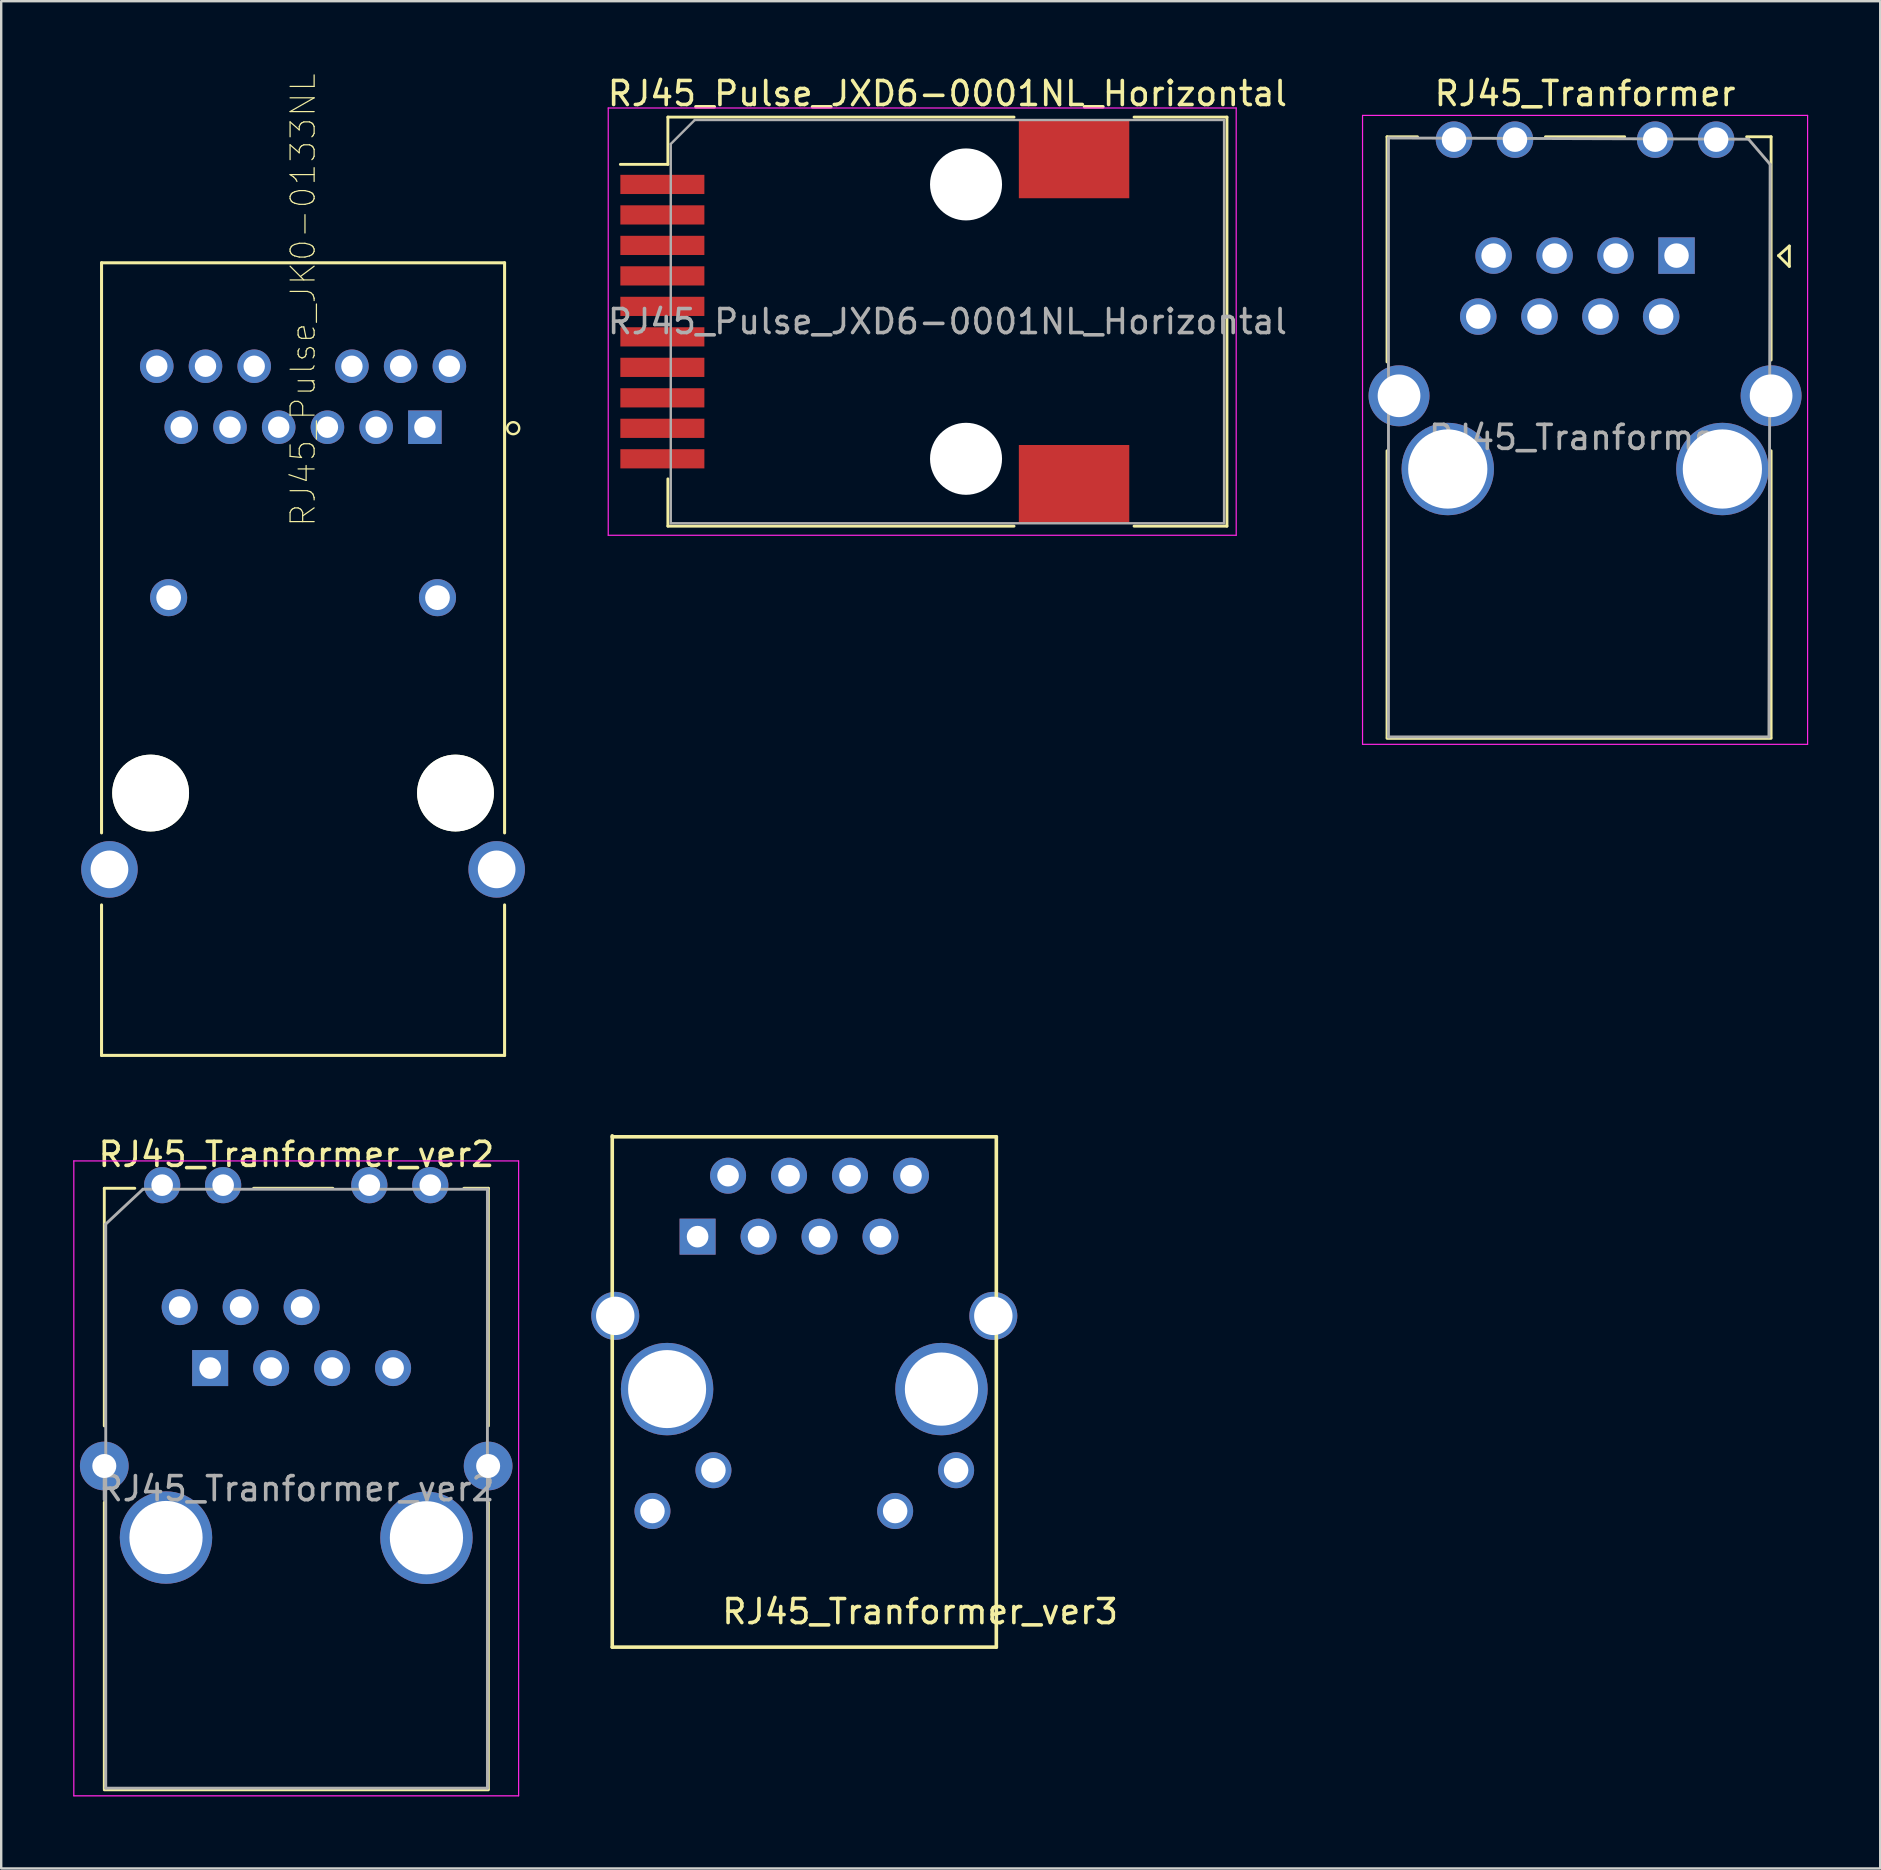
<source format=kicad_pcb>
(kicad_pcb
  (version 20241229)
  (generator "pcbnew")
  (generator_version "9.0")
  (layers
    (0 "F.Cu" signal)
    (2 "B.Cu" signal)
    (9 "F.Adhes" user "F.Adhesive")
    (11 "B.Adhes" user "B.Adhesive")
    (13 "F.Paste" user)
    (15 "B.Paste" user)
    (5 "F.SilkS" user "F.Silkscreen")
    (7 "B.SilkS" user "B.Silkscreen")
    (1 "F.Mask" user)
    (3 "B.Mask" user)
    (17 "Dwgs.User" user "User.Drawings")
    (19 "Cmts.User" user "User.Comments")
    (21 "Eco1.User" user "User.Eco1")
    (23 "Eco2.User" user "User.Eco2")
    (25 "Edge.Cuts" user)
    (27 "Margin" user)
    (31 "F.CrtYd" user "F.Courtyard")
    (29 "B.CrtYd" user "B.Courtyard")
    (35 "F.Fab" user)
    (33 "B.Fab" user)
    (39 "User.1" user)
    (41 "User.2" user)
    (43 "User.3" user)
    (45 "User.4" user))
  (footprint "RJ45_Tranformer"
    (layer "F.Cu")
    (at 66.791 7.598)
    (property "Reference" "RJ45_Tranformer" (at -3.81 -6.75 0) (layer "F.SilkS") (effects (font (size 1 1) (thickness 0.15))))
    (attr through_hole)
    (fp_line (start -12.06 -4.95) (end -12.06 4.43) (stroke (width 0.12) (type solid)) (layer "F.SilkS"))
    (fp_line (start -12.06 -4.95) (end -10.79 -4.95) (stroke (width 0.12) (type solid)) (layer "F.SilkS"))
    (fp_line (start -12.06 20.07) (end -12.06 8.13) (stroke (width 0.12) (type solid)) (layer "F.SilkS"))
    (fp_line (start -12.06 20.11) (end 3.94 20.11) (stroke (width 0.12) (type solid)) (layer "F.SilkS"))
    (fp_line (start -5.46 -4.95) (end -2.16 -4.95) (stroke (width 0.12) (type solid)) (layer "F.SilkS"))
    (fp_line (start 3.94 -4.95) (end 2.92 -4.95) (stroke (width 0.12) (type solid)) (layer "F.SilkS"))
    (fp_line (start 3.94 -4.95) (end 3.94 4.35) (stroke (width 0.12) (type solid)) (layer "F.SilkS"))
    (fp_line (start 3.94 20.07) (end 3.94 8.13) (stroke (width 0.12) (type solid)) (layer "F.SilkS"))
    (fp_line (start 4.25 0) (end 4.7 -0.4) (stroke (width 0.12) (type solid)) (layer "F.SilkS"))
    (fp_line (start 4.7 -0.4) (end 4.7 0.45) (stroke (width 0.12) (type solid)) (layer "F.SilkS"))
    (fp_line (start 4.7 0.45) (end 4.25 0) (stroke (width 0.12) (type solid)) (layer "F.SilkS"))
    (fp_line (start -13.08 -5.84) (end -13.08 20.36) (stroke (width 0.05) (type solid)) (layer "F.CrtYd"))
    (fp_line (start -13.08 -5.84) (end 5.46 -5.84) (stroke (width 0.05) (type solid)) (layer "F.CrtYd"))
    (fp_line (start 5.46 20.36) (end -13.08 20.36) (stroke (width 0.05) (type solid)) (layer "F.CrtYd"))
    (fp_line (start 5.46 20.36) (end 5.46 -5.84) (stroke (width 0.05) (type solid)) (layer "F.CrtYd"))
    (fp_line (start -12 -4.9) (end 3 -4.85) (stroke (width 0.12) (type solid)) (layer "F.Fab"))
    (fp_line (start -12 20.05) (end -12 -4.9) (stroke (width 0.12) (type solid)) (layer "F.Fab"))
    (fp_line (start 3 -4.85) (end 3.9 -3.8) (stroke (width 0.12) (type solid)) (layer "F.Fab"))
    (fp_line (start 3.85 20.05) (end -12 20.05) (stroke (width 0.12) (type solid)) (layer "F.Fab"))
    (fp_line (start 3.9 -3.8) (end 3.85 20.05) (stroke (width 0.12) (type solid)) (layer "F.Fab"))
    (fp_text user "${REFERENCE}" (at -4.05 7.575 0) (layer "F.Fab") (effects (font (size 1 1) (thickness 0.15))))
    (pad "" np_thru_hole circle (at -9.53 8.89) (size 3.85 3.85) (drill 3.3) (layers "*.Cu" "*.Mask"))
    (pad "" np_thru_hole circle (at 1.91 8.89) (size 3.85 3.85) (drill 3.3) (layers "*.Cu" "*.Mask"))
    (pad "1" thru_hole rect (at 0 0) (size 1.52 1.52) (drill 1.02) (layers "*.Cu" "*.Mask"))
    (pad "2" thru_hole circle (at -0.64 2.54) (size 1.52 1.52) (drill 1.02) (layers "*.Cu" "*.Mask"))
    (pad "3" thru_hole circle (at -2.54 0) (size 1.52 1.52) (drill 1.02) (layers "*.Cu" "*.Mask"))
    (pad "4" thru_hole circle (at -3.17 2.54) (size 1.52 1.52) (drill 1.02) (layers "*.Cu" "*.Mask"))
    (pad "5" thru_hole circle (at -5.08 0) (size 1.52 1.52) (drill 1.02) (layers "*.Cu" "*.Mask"))
    (pad "6" thru_hole circle (at -5.71 2.54) (size 1.52 1.52) (drill 1.02) (layers "*.Cu" "*.Mask"))
    (pad "7" thru_hole circle (at -7.62 0) (size 1.52 1.52) (drill 1.02) (layers "*.Cu" "*.Mask"))
    (pad "8" thru_hole circle (at -8.26 2.54) (size 1.52 1.52) (drill 1.02) (layers "*.Cu" "*.Mask"))
    (pad "13" thru_hole circle (at -11.56 5.84) (size 2.54 2.54) (drill 1.78) (layers "*.Cu" "*.Mask"))
    (pad "13" thru_hole circle (at 3.94 5.84) (size 2.54 2.54) (drill 1.78) (layers "*.Cu" "*.Mask"))
    (pad "GA" thru_hole circle (at -0.89 -4.83) (size 1.52 1.52) (drill 1.02) (layers "*.Cu" "*.Mask"))
    (pad "GK" thru_hole circle (at 1.65 -4.83) (size 1.52 1.52) (drill 1.02) (layers "*.Cu" "*.Mask"))
    (pad "YA" thru_hole circle (at -9.27 -4.83) (size 1.52 1.52) (drill 1.02) (layers "*.Cu" "*.Mask"))
    (pad "YK" thru_hole circle (at -6.73 -4.83) (size 1.52 1.52) (drill 1.02) (layers "*.Cu" "*.Mask")))
  (footprint "RJ45_Tranformer_ver3"
    (layer "F.Cu")
    (at 24.74 54.817)
    (property "Reference" "RJ45_Tranformer_ver3" (at 10.541 9.271 0) (layer "F.SilkS") (effects (font (size 1 1) (thickness 0.15))))
    (attr through_hole)
    (fp_line (start -2.285 -10.55) (end -2.285 10.75) (stroke (width 0.15) (type solid)) (layer "F.SilkS"))
    (fp_line (start -2.285 -10.51) (end 13.715 -10.51) (stroke (width 0.15) (type solid)) (layer "F.SilkS"))
    (fp_line (start -2.285 10.75) (end 13.715 10.75) (stroke (width 0.15) (type solid)) (layer "F.SilkS"))
    (fp_line (start 13.715 -10.51) (end 13.715 10.75) (stroke (width 0.15) (type solid)) (layer "F.SilkS"))
    (pad "" np_thru_hole circle (at 0 0) (size 3.85 3.85) (drill 3.25) (layers "*.Cu" "*.Mask"))
    (pad "" np_thru_hole circle (at 11.43 0) (size 3.85 3.85) (drill 3.05) (layers "*.Cu" "*.Mask"))
    (pad "1" thru_hole rect (at 1.27 -6.35) (size 1.5 1.5) (drill 0.9) (layers "*.Cu" "*.Mask"))
    (pad "2" thru_hole circle (at 2.54 -8.89) (size 1.5 1.5) (drill 0.9) (layers "*.Cu" "*.Mask"))
    (pad "3" thru_hole circle (at 3.81 -6.35) (size 1.5 1.5) (drill 0.9) (layers "*.Cu" "*.Mask"))
    (pad "4" thru_hole circle (at 5.08 -8.89) (size 1.5 1.5) (drill 0.9) (layers "*.Cu" "*.Mask"))
    (pad "5" thru_hole circle (at 6.35 -6.35) (size 1.5 1.5) (drill 0.9) (layers "*.Cu" "*.Mask"))
    (pad "6" thru_hole circle (at 7.62 -8.89) (size 1.5 1.5) (drill 0.9) (layers "*.Cu" "*.Mask"))
    (pad "7" thru_hole circle (at 8.89 -6.35) (size 1.5 1.5) (drill 0.9) (layers "*.Cu" "*.Mask"))
    (pad "8" thru_hole circle (at 10.16 -8.89) (size 1.5 1.5) (drill 0.9) (layers "*.Cu" "*.Mask"))
    (pad "13" thru_hole circle (at -2.16 -3.05) (size 2 2) (drill 1.6) (layers "*.Cu" "*.Mask"))
    (pad "13" thru_hole circle (at 13.59 -3.05) (size 2 2) (drill 1.6) (layers "*.Cu" "*.Mask"))
    (pad "GA" thru_hole circle (at 1.93 3.38) (size 1.5 1.5) (drill 1.02) (layers "*.Cu" "*.Mask" "Eco1.User"))
    (pad "GK" thru_hole circle (at -0.61 5.08) (size 1.5 1.5) (drill 1.02) (layers "*.Cu" "*.Mask"))
    (pad "YA" thru_hole circle (at 12.04 3.38) (size 1.5 1.5) (drill 1.02) (layers "*.Cu" "*.Mask"))
    (pad "YK" thru_hole circle (at 9.5 5.08) (size 1.5 1.5) (drill 1.02) (layers "*.Cu" "*.Mask")))
  (footprint "RJ45_Tranformer_ver2"
    (layer "F.Cu")
    (at 5.705 53.941)
    (property "Reference" "RJ45_Tranformer_ver2" (at 3.59 -8.9 0) (layer "F.SilkS") (effects (font (size 1 1) (thickness 0.15))))
    (attr through_hole)
    (fp_line (start -4.41 -7.49) (end -3.14 -7.49) (stroke (width 0.12) (type solid)) (layer "F.SilkS"))
    (fp_line (start -4.41 2.41) (end -4.41 -7.49) (stroke (width 0.12) (type solid)) (layer "F.SilkS"))
    (fp_line (start -4.41 17.53) (end -4.41 5.59) (stroke (width 0.12) (type solid)) (layer "F.SilkS"))
    (fp_line (start -4.41 17.57) (end 11.59 17.57) (stroke (width 0.12) (type solid)) (layer "F.SilkS"))
    (fp_line (start 1.81 -7.49) (end 5.11 -7.49) (stroke (width 0.12) (type solid)) (layer "F.SilkS"))
    (fp_line (start 11.59 -7.49) (end 10.57 -7.49) (stroke (width 0.12) (type solid)) (layer "F.SilkS"))
    (fp_line (start 11.59 2.41) (end 11.59 -7.49) (stroke (width 0.12) (type solid)) (layer "F.SilkS"))
    (fp_line (start 11.59 17.53) (end 11.59 5.59) (stroke (width 0.12) (type solid)) (layer "F.SilkS"))
    (fp_line (start -5.68 -8.63) (end -5.68 17.82) (stroke (width 0.05) (type solid)) (layer "F.CrtYd"))
    (fp_line (start -5.68 -8.63) (end 12.85 -8.63) (stroke (width 0.05) (type solid)) (layer "F.CrtYd"))
    (fp_line (start 12.85 17.82) (end -5.68 17.82) (stroke (width 0.05) (type solid)) (layer "F.CrtYd"))
    (fp_line (start 12.85 17.82) (end 12.85 -8.63) (stroke (width 0.05) (type solid)) (layer "F.CrtYd"))
    (fp_line (start -4.35 -6) (end -2.8 -7.45) (stroke (width 0.12) (type solid)) (layer "F.Fab"))
    (fp_line (start -4.35 17.5) (end -4.35 -6) (stroke (width 0.12) (type solid)) (layer "F.Fab"))
    (fp_line (start -2.8 -7.45) (end 11.55 -7.45) (stroke (width 0.12) (type solid)) (layer "F.Fab"))
    (fp_line (start 11.55 -7.45) (end 11.55 17.5) (stroke (width 0.12) (type solid)) (layer "F.Fab"))
    (fp_line (start 11.55 17.5) (end -4.35 17.5) (stroke (width 0.12) (type solid)) (layer "F.Fab"))
    (fp_text user "${REFERENCE}" (at 3.6 5.025 0) (layer "F.Fab") (effects (font (size 1 1) (thickness 0.15))))
    (pad "" np_thru_hole circle (at -2 -7.62) (size 1.51 1.51) (drill 0.9) (layers "*.Cu" "*.Mask"))
    (pad "" np_thru_hole circle (at -1.84 7.06) (size 3.85 3.85) (drill 3.05) (layers "*.Cu" "*.Mask"))
    (pad "" np_thru_hole circle (at 0.54 -7.62) (size 1.51 1.51) (drill 0.9) (layers "*.Cu" "*.Mask"))
    (pad "" np_thru_hole circle (at 6.63 -7.62) (size 1.51 1.51) (drill 0.9) (layers "*.Cu" "*.Mask"))
    (pad "" np_thru_hole circle (at 9.01 7.07) (size 3.85 3.85) (drill 3.05) (layers "*.Cu" "*.Mask"))
    (pad "" np_thru_hole circle (at 9.17 -7.62) (size 1.51 1.51) (drill 0.9) (layers "*.Cu" "*.Mask"))
    (pad "1" thru_hole rect (at 0 0) (size 1.5 1.5) (drill 0.9) (layers "*.Cu" "*.Mask"))
    (pad "2" thru_hole circle (at -1.27 -2.54) (size 1.5 1.5) (drill 0.9) (layers "*.Cu" "*.Mask"))
    (pad "3" thru_hole circle (at 2.54 0) (size 1.5 1.5) (drill 0.9) (layers "*.Cu" "*.Mask"))
    (pad "4" thru_hole circle (at 1.27 -2.54) (size 1.5 1.5) (drill 0.9) (layers "*.Cu" "*.Mask"))
    (pad "5" thru_hole circle (at 5.08 0) (size 1.5 1.5) (drill 0.9) (layers "*.Cu" "*.Mask"))
    (pad "6" thru_hole circle (at 3.81 -2.54) (size 1.5 1.5) (drill 0.9) (layers "*.Cu" "*.Mask"))
    (pad "7" thru_hole circle (at 7.62 0) (size 1.5 1.5) (drill 0.9) (layers "*.Cu" "*.Mask"))
    (pad "9" thru_hole circle (at -4.41 4.08) (size 2.03 2.03) (drill 1) (layers "*.Cu" "*.Mask"))
    (pad "9" thru_hole circle (at 11.58 4.08) (size 2.03 2.03) (drill 1) (layers "*.Cu" "*.Mask")))
  (footprint "RJ45_Pulse_JXD6-0001NL_Horizontal"
    (layer "F.Cu")
    (at 36.418 10.348)
    (property "Reference" "RJ45_Pulse_JXD6-0001NL_Horizontal" (at 0 -9.5 0) (layer "F.SilkS") (effects (font (size 1 1) (thickness 0.15))))
    (attr smd)
    (fp_line (start -11.645 -8.52) (end 2.775 -8.52) (stroke (width 0.12) (type solid)) (layer "F.SilkS"))
    (fp_line (start -11.645 -6.55) (end -13.625 -6.55) (stroke (width 0.12) (type solid)) (layer "F.SilkS"))
    (fp_line (start -11.645 -6.55) (end -11.645 -8.52) (stroke (width 0.12) (type solid)) (layer "F.SilkS"))
    (fp_line (start -11.645 6.55) (end -11.645 8.52) (stroke (width 0.12) (type solid)) (layer "F.SilkS"))
    (fp_line (start -11.645 8.52) (end 2.775 8.52) (stroke (width 0.12) (type solid)) (layer "F.SilkS"))
    (fp_line (start 7.775 -8.52) (end 11.645 -8.52) (stroke (width 0.12) (type solid)) (layer "F.SilkS"))
    (fp_line (start 7.775 8.52) (end 11.645 8.52) (stroke (width 0.12) (type solid)) (layer "F.SilkS"))
    (fp_line (start 11.645 -8.52) (end 11.645 8.52) (stroke (width 0.12) (type solid)) (layer "F.SilkS"))
    (fp_line (start -14.13 -8.9) (end -14.13 8.9) (stroke (width 0.05) (type solid)) (layer "F.CrtYd"))
    (fp_line (start 12.03 -8.9) (end -14.13 -8.9) (stroke (width 0.05) (type solid)) (layer "F.CrtYd"))
    (fp_line (start 12.03 -8.9) (end 12.03 8.9) (stroke (width 0.05) (type solid)) (layer "F.CrtYd"))
    (fp_line (start 12.03 8.9) (end -14.13 8.9) (stroke (width 0.05) (type solid)) (layer "F.CrtYd"))
    (fp_line (start -11.525 -7.4) (end -11.525 8.4) (stroke (width 0.1) (type solid)) (layer "F.Fab"))
    (fp_line (start -11.525 -7.4) (end -10.525 -8.4) (stroke (width 0.1) (type solid)) (layer "F.Fab"))
    (fp_line (start 11.525 -8.4) (end -10.525 -8.4) (stroke (width 0.1) (type solid)) (layer "F.Fab"))
    (fp_line (start 11.525 8.4) (end -11.525 8.4) (stroke (width 0.1) (type solid)) (layer "F.Fab"))
    (fp_line (start 11.525 8.4) (end 11.525 -8.4) (stroke (width 0.1) (type solid)) (layer "F.Fab"))
    (fp_text user "${REFERENCE}" (at 0 0 0) (layer "F.Fab") (effects (font (size 1 1) (thickness 0.15))))
    (pad "" np_thru_hole circle (at 0.775 -5.715) (size 3 3) (drill 3) (layers "*.Cu" "*.Mask"))
    (pad "" np_thru_hole circle (at 0.775 5.715) (size 3 3) (drill 3) (layers "*.Cu" "*.Mask"))
    (pad "1" smd rect (at -11.875 -5.715) (size 3.5 0.8) (layers "F.Cu" "F.Mask" "F.Paste"))
    (pad "2" smd rect (at -11.875 -4.445) (size 3.5 0.8) (layers "F.Cu" "F.Mask" "F.Paste"))
    (pad "3" smd rect (at -11.875 -3.175) (size 3.5 0.8) (layers "F.Cu" "F.Mask" "F.Paste"))
    (pad "4" smd rect (at -11.875 -1.905) (size 3.5 0.8) (layers "F.Cu" "F.Mask" "F.Paste"))
    (pad "5" smd rect (at -11.875 -0.635) (size 3.5 0.8) (layers "F.Cu" "F.Mask" "F.Paste"))
    (pad "6" smd rect (at -11.875 0.635) (size 3.5 0.8) (layers "F.Cu" "F.Mask" "F.Paste"))
    (pad "7" smd rect (at -11.875 1.905) (size 3.5 0.8) (layers "F.Cu" "F.Mask" "F.Paste"))
    (pad "8" smd rect (at -11.875 3.175) (size 3.5 0.8) (layers "F.Cu" "F.Mask" "F.Paste"))
    (pad "9" smd rect (at -11.875 4.445) (size 3.5 0.8) (layers "F.Cu" "F.Mask" "F.Paste"))
    (pad "10" smd rect (at -11.875 5.715) (size 3.5 0.8) (layers "F.Cu" "F.Mask" "F.Paste"))
    (pad "SH" smd rect (at 5.275 -6.77) (size 4.6 3.26) (layers "F.Cu" "F.Mask" "F.Paste"))
    (pad "SH" smd rect (at 5.275 6.77) (size 4.6 3.26) (layers "F.Cu" "F.Mask" "F.Paste")))
  (footprint "RJ45_Pulse_JK0-0133NL"
    (layer "F.Cu")
    (at 9.575 14.747)
    (property "Reference" "RJ45_Pulse_JK0-0133NL" (at 0 -5.3 90) (layer "F.SilkS") (effects (font (size 1.002 1.002) (thickness 0.05))))
    (attr through_hole)
    (fp_line (start -8.395 -6.85) (end 8.395 -6.85) (stroke (width 0.127) (type solid)) (layer "F.SilkS"))
    (fp_line (start -8.395 16.9) (end -8.395 -6.85) (stroke (width 0.127) (type solid)) (layer "F.SilkS"))
    (fp_line (start -8.395 26.17) (end -8.395 19.9) (stroke (width 0.127) (type solid)) (layer "F.SilkS"))
    (fp_line (start 8.395 16.9) (end 8.395 -6.85) (stroke (width 0.127) (type solid)) (layer "F.SilkS"))
    (fp_line (start 8.395 19.9) (end 8.395 26.17) (stroke (width 0.127) (type solid)) (layer "F.SilkS"))
    (fp_line (start 8.395 26.17) (end -8.395 26.17) (stroke (width 0.127) (type solid)) (layer "F.SilkS"))
    (fp_circle (center 8.755 0.04) (end 9.005 0.04) (stroke (width 0.1) (type solid)) (fill no) (layer "F.SilkS"))
    (fp_line (start -9.55 -7.1) (end -9.55 26.42) (stroke (width 0.05) (type solid)) (layer "Eco1.User"))
    (fp_line (start -9.55 26.42) (end 9.55 26.42) (stroke (width 0.05) (type solid)) (layer "Eco1.User"))
    (fp_line (start 9.55 -7.1) (end -9.55 -7.1) (stroke (width 0.05) (type solid)) (layer "Eco1.User"))
    (fp_line (start 9.55 26.42) (end 9.55 -7.1) (stroke (width 0.05) (type solid)) (layer "Eco1.User"))
    (fp_line (start -8.395 26.17) (end -8.395 -6.85) (stroke (width 0.127) (type solid)) (layer "Eco2.User"))
    (fp_line (start 8.395 -6.85) (end 8.395 26.17) (stroke (width 0.127) (type solid)) (layer "Eco2.User"))
    (fp_circle (center 5.09 -0.02) (end 5.34 -0.02) (stroke (width 0.1) (type solid)) (fill no) (layer "Eco2.User"))
    (pad "" np_thru_hole circle (at -6.35 15.24) (size 3.2 3.2) (drill 3.2) (layers "*.Cu" "*.Mask" "F.SilkS"))
    (pad "" np_thru_hole circle (at 6.35 15.24) (size 3.2 3.2) (drill 3.2) (layers "*.Cu" "*.Mask" "F.SilkS"))
    (pad "1" thru_hole rect (at 5.075 0) (size 1.398 1.398) (drill 0.89) (layers "*.Cu" "*.Mask"))
    (pad "2" thru_hole circle (at 3.045 0) (size 1.398 1.398) (drill 0.89) (layers "*.Cu" "*.Mask"))
    (pad "3" thru_hole circle (at 1.015 0) (size 1.398 1.398) (drill 0.89) (layers "*.Cu" "*.Mask"))
    (pad "4" thru_hole circle (at -1.015 0) (size 1.398 1.398) (drill 0.89) (layers "*.Cu" "*.Mask"))
    (pad "5" thru_hole circle (at -3.045 0) (size 1.398 1.398) (drill 0.89) (layers "*.Cu" "*.Mask"))
    (pad "6" thru_hole circle (at -5.075 0) (size 1.398 1.398) (drill 0.89) (layers "*.Cu" "*.Mask"))
    (pad "7" thru_hole circle (at 6.095 -2.54) (size 1.398 1.398) (drill 0.89) (layers "*.Cu" "*.Mask"))
    (pad "8" thru_hole circle (at 4.065 -2.54) (size 1.398 1.398) (drill 0.89) (layers "*.Cu" "*.Mask"))
    (pad "9" thru_hole circle (at 2.035 -2.54) (size 1.398 1.398) (drill 0.89) (layers "*.Cu" "*.Mask"))
    (pad "10" thru_hole circle (at -2.035 -2.54) (size 1.398 1.398) (drill 0.89) (layers "*.Cu" "*.Mask"))
    (pad "11" thru_hole circle (at -4.065 -2.54) (size 1.398 1.398) (drill 0.89) (layers "*.Cu" "*.Mask"))
    (pad "12" thru_hole circle (at -6.095 -2.54) (size 1.398 1.398) (drill 0.89) (layers "*.Cu" "*.Mask"))
    (pad "13" thru_hole circle (at 5.6 7.1) (size 1.545 1.545) (drill 1.03) (layers "*.Cu" "*.Mask"))
    (pad "14" thru_hole circle (at -5.6 7.1) (size 1.545 1.545) (drill 1.03) (layers "*.Cu" "*.Mask"))
    (pad "17" thru_hole circle (at -8.065 18.42) (size 2.355 2.355) (drill 1.57) (layers "*.Cu" "*.Mask"))
    (pad "18" thru_hole circle (at 8.065 18.42) (size 2.355 2.355) (drill 1.57) (layers "*.Cu" "*.Mask")))
  (gr_rect
    (start -3 -3)
    (end 75.276 74.786)
    (stroke (width 0.1) (type default))
    (fill no)
    (layer "Edge.Cuts")))
</source>
